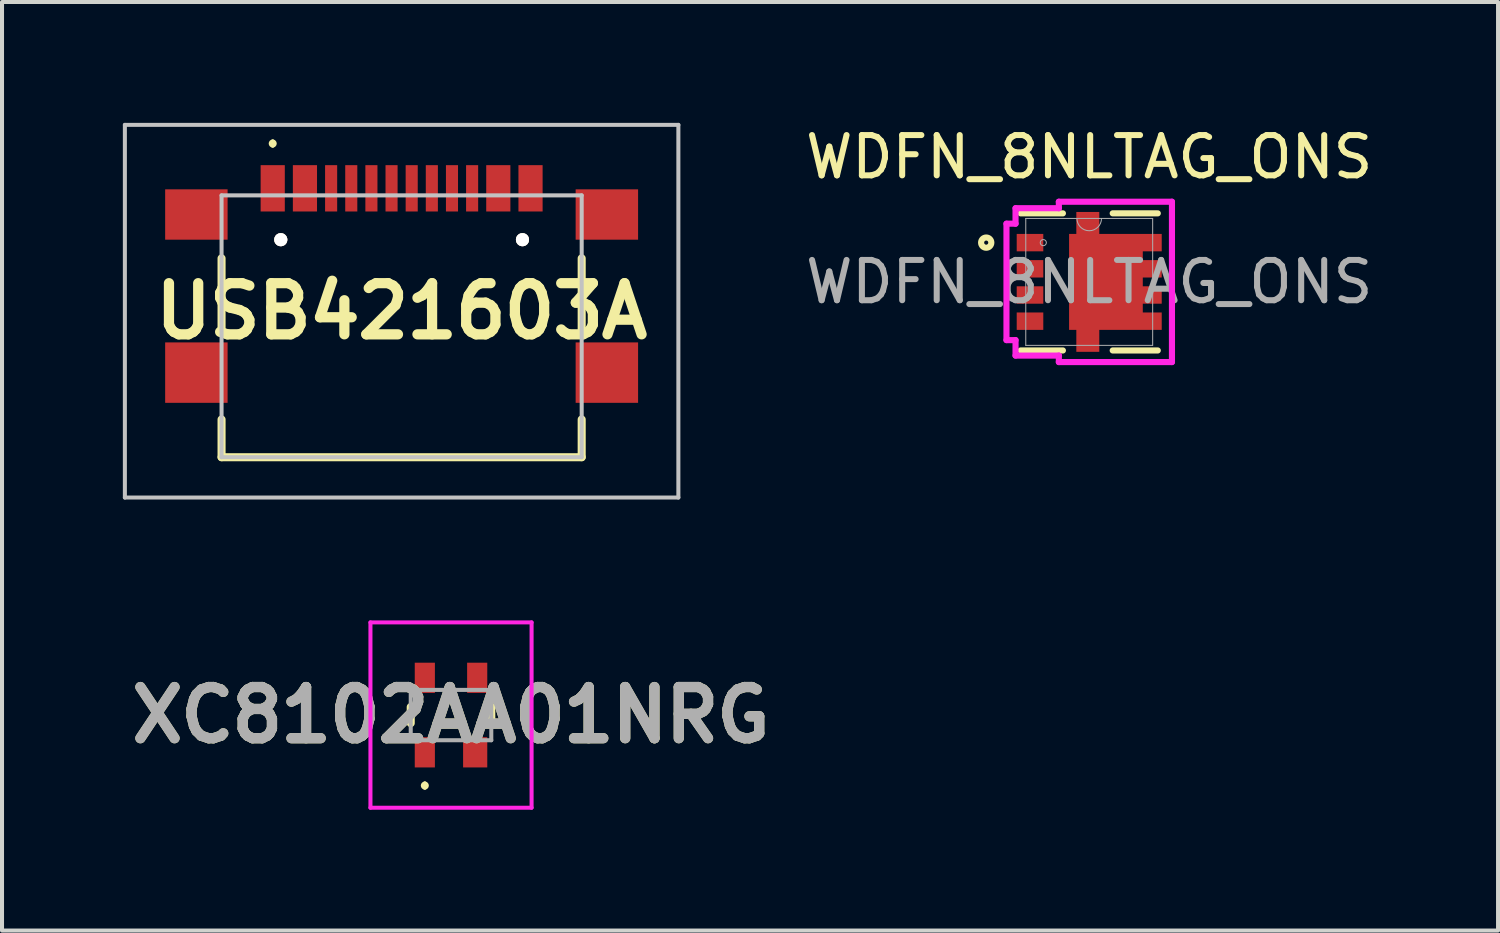
<source format=kicad_pcb>
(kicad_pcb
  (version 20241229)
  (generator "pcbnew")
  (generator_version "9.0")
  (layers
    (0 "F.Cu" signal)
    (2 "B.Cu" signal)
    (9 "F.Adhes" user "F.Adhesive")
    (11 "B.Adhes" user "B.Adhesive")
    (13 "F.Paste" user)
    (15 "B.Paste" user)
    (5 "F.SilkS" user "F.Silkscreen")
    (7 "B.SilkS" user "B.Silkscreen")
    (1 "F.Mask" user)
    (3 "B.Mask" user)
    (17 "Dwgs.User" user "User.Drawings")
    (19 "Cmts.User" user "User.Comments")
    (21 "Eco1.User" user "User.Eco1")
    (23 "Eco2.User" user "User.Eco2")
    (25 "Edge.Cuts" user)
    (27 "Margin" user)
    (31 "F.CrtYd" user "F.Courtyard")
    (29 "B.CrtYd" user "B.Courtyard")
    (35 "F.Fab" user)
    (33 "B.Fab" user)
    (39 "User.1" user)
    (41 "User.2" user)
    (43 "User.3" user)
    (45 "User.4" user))
  (footprint "USB421603A"
    (layer "F.Cu")
    (at 6.92 4.963)
    (property "Reference" "USB421603A" (at 0 -0.288 0) (layer "F.SilkS") (effects (font (size 1.27 1.27) (thickness 0.254))))
    (attr through_hole exclude_from_pos_files)
    (fp_line (start -4.47 -1.6) (end -4.47 0.2) (stroke (width 0.2) (type solid)) (layer "F.SilkS"))
    (fp_line (start -4.47 2.4) (end -4.47 3.337) (stroke (width 0.2) (type solid)) (layer "F.SilkS"))
    (fp_line (start -4.47 3.337) (end 4.47 3.337) (stroke (width 0.2) (type solid)) (layer "F.SilkS"))
    (fp_line (start -3.2 -4.5) (end -3.2 -4.5) (stroke (width 0.1) (type solid)) (layer "F.SilkS"))
    (fp_line (start -3.2 -4.4) (end -3.2 -4.4) (stroke (width 0.1) (type solid)) (layer "F.SilkS"))
    (fp_line (start 4.47 -1.6) (end 4.47 0.2) (stroke (width 0.2) (type solid)) (layer "F.SilkS"))
    (fp_line (start 4.47 3.337) (end 4.47 2.4) (stroke (width 0.2) (type solid)) (layer "F.SilkS"))
    (fp_arc (start -3.2 -4.5) (mid -3.15 -4.45) (end -3.2 -4.4) (stroke (width 0.1) (type solid)) (layer "F.SilkS"))
    (fp_arc (start -3.2 -4.4) (mid -3.25 -4.45) (end -3.2 -4.5) (stroke (width 0.1) (type solid)) (layer "F.SilkS"))
    (fp_line (start -6.87 -4.913) (end 6.87 -4.913) (stroke (width 0.1) (type solid)) (layer "Dwgs.User"))
    (fp_line (start -6.87 4.338) (end -6.87 -4.913) (stroke (width 0.1) (type solid)) (layer "Dwgs.User"))
    (fp_line (start -4.47 -3.163) (end 4.47 -3.163) (stroke (width 0.1) (type solid)) (layer "Dwgs.User"))
    (fp_line (start -4.47 3.337) (end -4.47 -3.163) (stroke (width 0.1) (type solid)) (layer "Dwgs.User"))
    (fp_line (start 4.47 -3.163) (end 4.47 3.337) (stroke (width 0.1) (type solid)) (layer "Dwgs.User"))
    (fp_line (start 4.47 3.337) (end -4.47 3.337) (stroke (width 0.1) (type solid)) (layer "Dwgs.User"))
    (fp_line (start 6.87 -4.913) (end 6.87 4.338) (stroke (width 0.1) (type solid)) (layer "Dwgs.User"))
    (fp_line (start 6.87 4.338) (end -6.87 4.338) (stroke (width 0.1) (type solid)) (layer "Dwgs.User"))
    (pad "17" thru_hole circle (at -3 -2.063 90) (size 0.325 0.325) (drill 0.65) (layers "*.Cu" "*.Mask" "F.SilkS"))
    (pad "18" thru_hole circle (at 3 -2.063 90) (size 0.325 0.325) (drill 0.65) (layers "*.Cu" "*.Mask" "F.SilkS"))
    (pad "A1" smd rect (at -3.2 -3.338) (size 0.6 1.15) (layers "F.Cu" "F.Mask" "F.Paste"))
    (pad "A4" smd rect (at -2.4 -3.338) (size 0.6 1.15) (layers "F.Cu" "F.Mask" "F.Paste"))
    (pad "A5" smd rect (at -1.25 -3.338) (size 0.3 1.15) (layers "F.Cu" "F.Mask" "F.Paste"))
    (pad "A6" smd rect (at -0.25 -3.338) (size 0.3 1.15) (layers "F.Cu" "F.Mask" "F.Paste"))
    (pad "A7" smd rect (at 0.25 -3.338) (size 0.3 1.15) (layers "F.Cu" "F.Mask" "F.Paste"))
    (pad "A8" smd rect (at 1.25 -3.338) (size 0.3 1.15) (layers "F.Cu" "F.Mask" "F.Paste"))
    (pad "B1" smd rect (at 3.2 -3.338) (size 0.6 1.15) (layers "F.Cu" "F.Mask" "F.Paste"))
    (pad "B4" smd rect (at 2.4 -3.338) (size 0.6 1.15) (layers "F.Cu" "F.Mask" "F.Paste"))
    (pad "B5" smd rect (at 1.75 -3.338) (size 0.3 1.15) (layers "F.Cu" "F.Mask" "F.Paste"))
    (pad "B6" smd rect (at 0.75 -3.338) (size 0.3 1.15) (layers "F.Cu" "F.Mask" "F.Paste"))
    (pad "B7" smd rect (at -0.75 -3.338) (size 0.3 1.15) (layers "F.Cu" "F.Mask" "F.Paste"))
    (pad "B8" smd rect (at -1.75 -3.338) (size 0.3 1.15) (layers "F.Cu" "F.Mask" "F.Paste"))
    (pad "G1" smd rect (at -5.095 -2.688 90) (size 1.25 1.55) (layers "F.Cu" "F.Mask" "F.Paste"))
    (pad "G2" smd rect (at 5.095 -2.688 90) (size 1.25 1.55) (layers "F.Cu" "F.Mask" "F.Paste"))
    (pad "G3" smd rect (at 5.095 1.237 90) (size 1.5 1.55) (layers "F.Cu" "F.Mask" "F.Paste"))
    (pad "G4" smd rect (at -5.095 1.237 90) (size 1.5 1.55) (layers "F.Cu" "F.Mask" "F.Paste")))
  (footprint "XC8102AA01NRG"
    (layer "F.Cu")
    (at 8.146 14.701)
    (property "Reference" "XC8102AA01NRG" (at 0 0 0) (layer "F.SilkS") (effects (font (size 1.27 1.27) (thickness 0.254))))
    (attr smd)
    (fp_line (start -1 -0.2) (end -1 0.2) (stroke (width 0.2) (type solid)) (layer "F.SilkS"))
    (fp_line (start -0.65 1.7) (end -0.65 1.7) (stroke (width 0.1) (type solid)) (layer "F.SilkS"))
    (fp_line (start -0.65 1.8) (end -0.65 1.8) (stroke (width 0.1) (type solid)) (layer "F.SilkS"))
    (fp_line (start 1 -0.2) (end 1 0.2) (stroke (width 0.2) (type solid)) (layer "F.SilkS"))
    (fp_arc (start -0.65 1.7) (mid -0.6 1.75) (end -0.65 1.8) (stroke (width 0.1) (type solid)) (layer "F.SilkS"))
    (fp_arc (start -0.65 1.8) (mid -0.7 1.75) (end -0.65 1.7) (stroke (width 0.1) (type solid)) (layer "F.SilkS"))
    (fp_line (start -2 -2.3) (end 2 -2.3) (stroke (width 0.1) (type solid)) (layer "F.CrtYd"))
    (fp_line (start -2 2.3) (end -2 -2.3) (stroke (width 0.1) (type solid)) (layer "F.CrtYd"))
    (fp_line (start 2 -2.3) (end 2 2.3) (stroke (width 0.1) (type solid)) (layer "F.CrtYd"))
    (fp_line (start 2 2.3) (end -2 2.3) (stroke (width 0.1) (type solid)) (layer "F.CrtYd"))
    (fp_line (start -1 -0.625) (end 1 -0.625) (stroke (width 0.1) (type solid)) (layer "F.Fab"))
    (fp_line (start -1 0.625) (end -1 -0.625) (stroke (width 0.1) (type solid)) (layer "F.Fab"))
    (fp_line (start 1 -0.625) (end 1 0.625) (stroke (width 0.1) (type solid)) (layer "F.Fab"))
    (fp_line (start 1 0.625) (end -1 0.625) (stroke (width 0.1) (type solid)) (layer "F.Fab"))
    (fp_text user "${REFERENCE}" (at 0 0 0) (layer "F.Fab") (effects (font (size 1.27 1.27) (thickness 0.254))))
    (pad "1" smd rect (at -0.65 0.925) (size 0.5 0.75) (layers "F.Cu" "F.Mask" "F.Paste"))
    (pad "2" smd rect (at 0.6 0.925) (size 0.6 0.75) (layers "F.Cu" "F.Mask" "F.Paste"))
    (pad "3" smd rect (at 0.65 -0.925) (size 0.5 0.75) (layers "F.Cu" "F.Mask" "F.Paste"))
    (pad "4" smd rect (at -0.65 -0.925) (size 0.5 0.75) (layers "F.Cu" "F.Mask" "F.Paste")))
  (footprint "WDFN_8NLTAG_ONS"
    (layer "F.Cu")
    (at 23.989 3.948)
    (property "Reference" "WDFN_8NLTAG_ONS" (at 0 -3.1 0) (unlocked yes) (layer "F.SilkS") (effects (font (size 1 1) (thickness 0.15))))
    (attr smd)
    (fp_poly (pts (xy 1.8 -1.191) (xy 0.25 -1.191) (xy 0.25 -1.736) (xy -0.32 -1.736) (xy -0.32 -1.191) (xy -0.5 -1.191) (xy -0.5 1.191) (xy -0.32 1.191) (xy -0.32 1.736) (xy 0.25 1.736) (xy 0.25 1.191) (xy 1.8 1.191) (xy 1.8 0.759) (xy 1.33 0.759) (xy 1.33 0.541) (xy 1.8 0.541) (xy 1.8 0.109) (xy 1.33 0.109) (xy 1.33 -0.109) (xy 1.8 -0.109) (xy 1.8 -0.541) (xy 1.33 -0.541) (xy 1.33 -0.759) (xy 1.8 -0.759)) (stroke (width 0) (type solid)) (fill yes) (layer "F.Cu"))
    (fp_poly (pts (xy 1.8 -1.191) (xy 0.25 -1.191) (xy 0.25 -1.736) (xy -0.32 -1.736) (xy -0.32 -1.191) (xy -0.5 -1.191) (xy -0.5 1.191) (xy -0.32 1.191) (xy -0.32 1.736) (xy 0.25 1.736) (xy 0.25 1.191) (xy 1.8 1.191) (xy 1.8 0.759) (xy 1.33 0.759) (xy 1.33 0.541) (xy 1.8 0.541) (xy 1.8 0.109) (xy 1.33 0.109) (xy 1.33 -0.109) (xy 1.8 -0.109) (xy 1.8 -0.541) (xy 1.33 -0.541) (xy 1.33 -0.759) (xy 1.8 -0.759)) (stroke (width 0) (type solid)) (fill yes) (layer "F.Mask"))
    (fp_line (start -1.702 -1.702) (end -0.653 -1.702) (stroke (width 0.152) (type solid)) (layer "F.SilkS"))
    (fp_line (start -0.653 1.702) (end -1.702 1.702) (stroke (width 0.152) (type solid)) (layer "F.SilkS"))
    (fp_line (start 0.583 -1.702) (end 1.702 -1.702) (stroke (width 0.152) (type solid)) (layer "F.SilkS"))
    (fp_line (start 1.702 1.702) (end 0.583 1.702) (stroke (width 0.152) (type solid)) (layer "F.SilkS"))
    (fp_circle (center -2.557 -0.975) (end -2.43 -0.975) (stroke (width 0.152) (type solid)) (fill no) (layer "F.SilkS"))
    (fp_poly (pts (xy 1.8 -1.191) (xy 0.25 -1.191) (xy 0.25 -1.736) (xy -0.32 -1.736) (xy -0.32 -1.191) (xy -0.5 -1.191) (xy -0.5 1.191) (xy -0.32 1.191) (xy -0.32 1.736) (xy 0.25 1.736) (xy 0.25 1.191) (xy 1.8 1.191) (xy 1.8 0.759) (xy 1.33 0.759) (xy 1.33 0.541) (xy 1.8 0.541) (xy 1.8 0.109) (xy 1.33 0.109) (xy 1.33 -0.109) (xy 1.8 -0.109) (xy 1.8 -0.541) (xy 1.33 -0.541) (xy 1.33 -0.759) (xy 1.8 -0.759)) (stroke (width 0) (type solid)) (fill yes) (layer "F.Paste"))
    (fp_line (start -2.054 -1.445) (end -2.054 1.445) (stroke (width 0.152) (type solid)) (layer "F.CrtYd"))
    (fp_line (start -2.054 1.445) (end -1.829 1.445) (stroke (width 0.152) (type solid)) (layer "F.CrtYd"))
    (fp_line (start -1.829 -1.829) (end -1.829 -1.445) (stroke (width 0.152) (type solid)) (layer "F.CrtYd"))
    (fp_line (start -1.829 -1.445) (end -2.054 -1.445) (stroke (width 0.152) (type solid)) (layer "F.CrtYd"))
    (fp_line (start -1.829 1.445) (end -1.829 1.829) (stroke (width 0.152) (type solid)) (layer "F.CrtYd"))
    (fp_line (start -1.829 1.829) (end -0.754 1.829) (stroke (width 0.152) (type solid)) (layer "F.CrtYd"))
    (fp_line (start -0.754 -1.99) (end -0.754 -1.829) (stroke (width 0.152) (type solid)) (layer "F.CrtYd"))
    (fp_line (start -0.754 -1.829) (end -1.829 -1.829) (stroke (width 0.152) (type solid)) (layer "F.CrtYd"))
    (fp_line (start -0.754 1.829) (end -0.754 1.99) (stroke (width 0.152) (type solid)) (layer "F.CrtYd"))
    (fp_line (start -0.754 1.99) (end 2.054 1.99) (stroke (width 0.152) (type solid)) (layer "F.CrtYd"))
    (fp_line (start 2.054 -1.99) (end -0.754 -1.99) (stroke (width 0.152) (type solid)) (layer "F.CrtYd"))
    (fp_line (start 2.054 1.99) (end 2.054 -1.99) (stroke (width 0.152) (type solid)) (layer "F.CrtYd"))
    (fp_line (start -1.575 -1.575) (end -1.575 1.575) (stroke (width 0.025) (type solid)) (layer "F.Fab"))
    (fp_line (start -1.575 1.575) (end 1.575 1.575) (stroke (width 0.025) (type solid)) (layer "F.Fab"))
    (fp_line (start 1.575 -1.575) (end -1.575 -1.575) (stroke (width 0.025) (type solid)) (layer "F.Fab"))
    (fp_line (start 1.575 1.575) (end 1.575 -1.575) (stroke (width 0.025) (type solid)) (layer "F.Fab"))
    (fp_arc (start 0.3048 -1.5748) (mid 0 -1.27) (end -0.3048 -1.5748) (stroke (width 0.0254) (type solid)) (layer "F.Fab"))
    (fp_circle (center -1.14 -0.975) (end -1.064 -0.975) (stroke (width 0.025) (type solid)) (fill no) (layer "F.Fab"))
    (fp_text user "${REFERENCE}" (at 0 0 0) (unlocked yes) (layer "F.Fab") (effects (font (size 1 1) (thickness 0.15))))
    (pad "1" smd rect (at -1.47 -0.975) (size 0.66 0.432) (layers "F.Cu" "F.Mask" "F.Paste"))
    (pad "2" smd rect (at -1.47 -0.325) (size 0.66 0.432) (layers "F.Cu" "F.Mask" "F.Paste"))
    (pad "3" smd rect (at -1.47 0.325) (size 0.66 0.432) (layers "F.Cu" "F.Mask" "F.Paste"))
    (pad "4" smd rect (at -1.47 0.975) (size 0.66 0.432) (layers "F.Cu" "F.Mask" "F.Paste"))
    (pad "5" smd rect (at 1.47 0.975) (size 0.127 0.127) (layers "F.Cu" "F.Mask" "F.Paste"))
    (pad "6" smd rect (at 1.47 0.325) (size 0.127 0.127) (layers "F.Cu" "F.Mask" "F.Paste"))
    (pad "7" smd rect (at 1.47 -0.325) (size 0.127 0.127) (layers "F.Cu" "F.Mask" "F.Paste"))
    (pad "8" smd rect (at 1.47 -0.975) (size 0.127 0.127) (layers "F.Cu" "F.Mask" "F.Paste")))
  (gr_rect
    (start -3 -3)
    (end 34.138 20.051)
    (stroke (width 0.1) (type default))
    (fill no)
    (layer "Edge.Cuts")))
</source>
